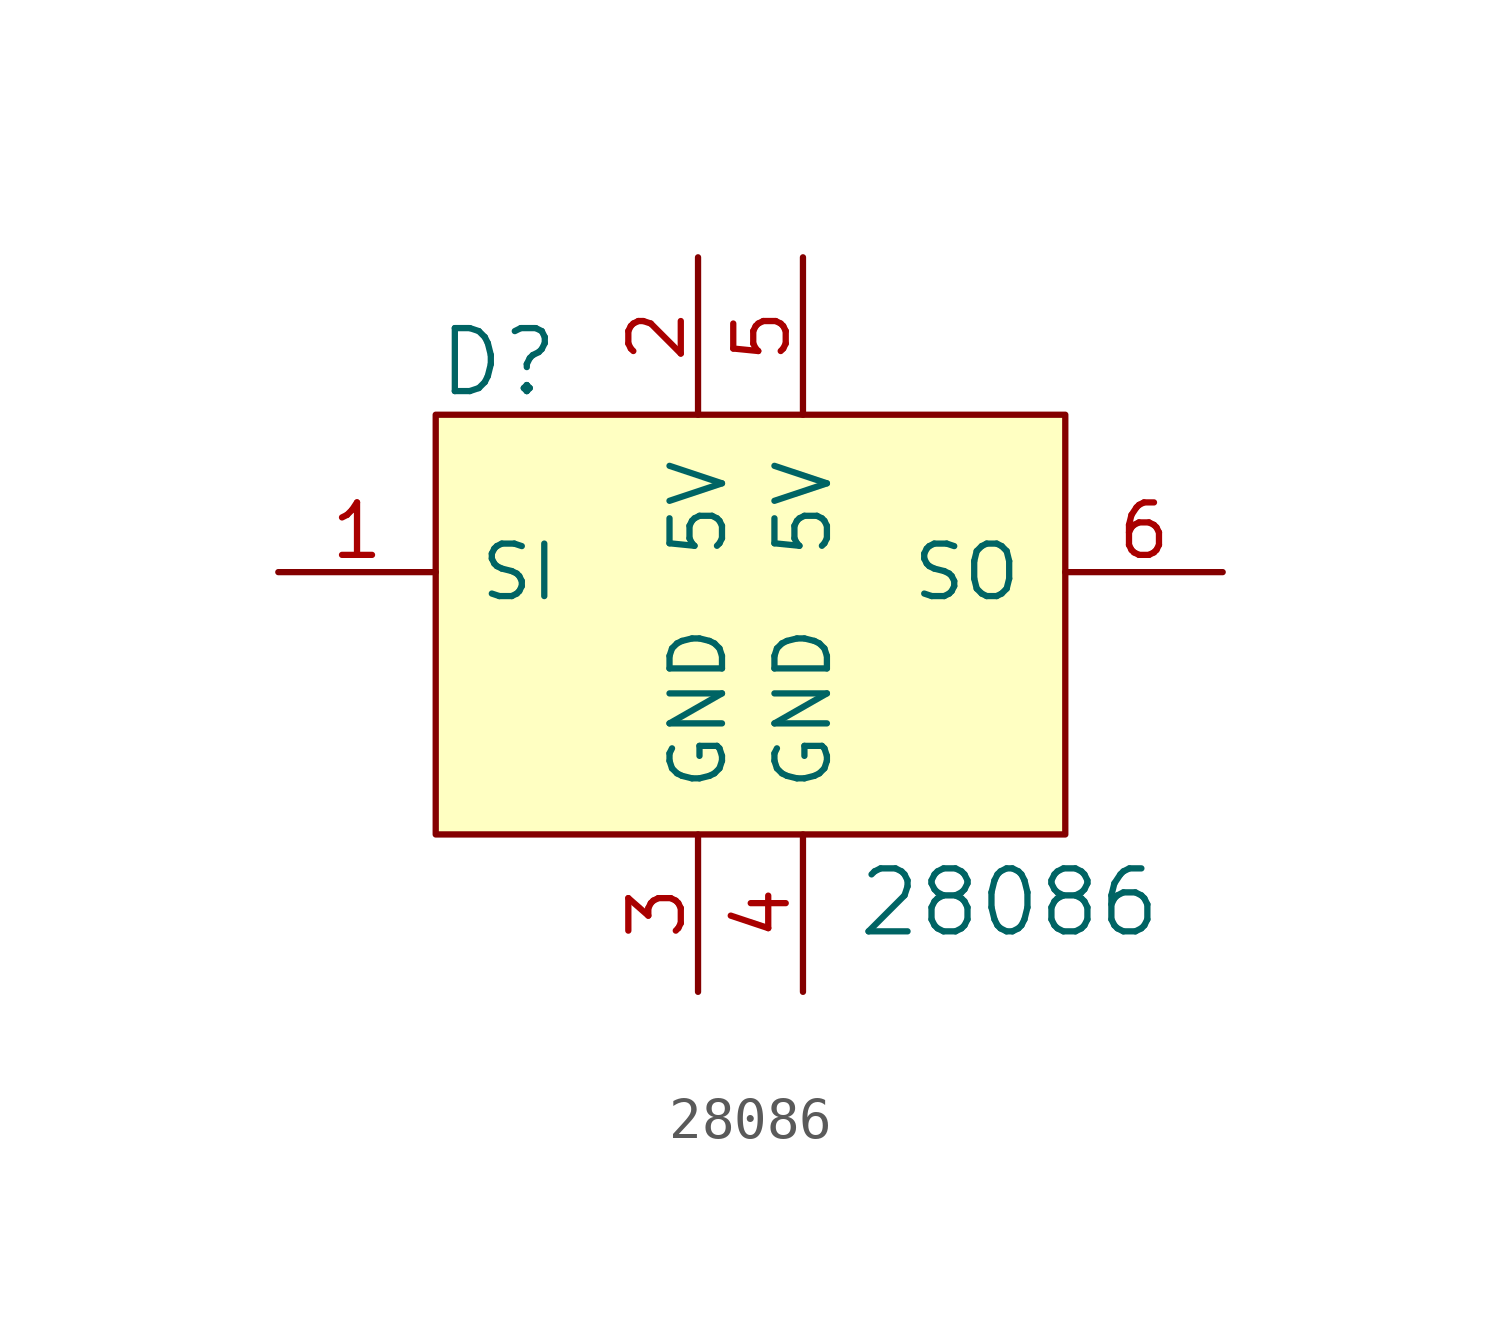
<source format=kicad_sym>
(kicad_symbol_lib
  (version 20211014)
  (generator kicad_symbol_editor)
  (symbol "28086"
    (pin_names
      (offset 1.016))
    (property "Reference" "D"
      (at -6.35 5.08 0)
      (effects (font (size 1.524 1.524)) (justify left)))
    (property "Value" "28086"
      (at 3.81 -8.89 0)
      (effects (font (size 1.524 1.524)) (justify left bottom)))
    (symbol "28086_0_1"
      (rectangle (start -6.35 3.81) (end 8.89 -6.35) (stroke (width 0) (type default) (color 0 0 0 0)) (fill (type background))))
    (symbol "28086_1_1"
      (pin input line (at -10.16 0 0) (length 3.81) (name "SI" (effects (font (size 1.27 1.27)))) (number "1" (effects (font (size 1.27 1.27)))))
      (pin power_in line (at 0 7.62 270) (length 3.81) (name "5V" (effects (font (size 1.27 1.27)))) (number "2" (effects (font (size 1.27 1.27)))))
      (pin power_in line (at 0 -10.16 90) (length 3.81) (name "GND" (effects (font (size 1.27 1.27)))) (number "3" (effects (font (size 1.27 1.27)))))
      (pin power_in line (at 2.54 -10.16 90) (length 3.81) (name "GND" (effects (font (size 1.27 1.27)))) (number "4" (effects (font (size 1.27 1.27)))))
      (pin power_in line (at 2.54 7.62 270) (length 3.81) (name "5V" (effects (font (size 1.27 1.27)))) (number "5" (effects (font (size 1.27 1.27)))))
      (pin output line (at 12.7 0 180) (length 3.81) (name "SO" (effects (font (size 1.27 1.27)))) (number "6" (effects (font (size 1.27 1.27))))))))
</source>
